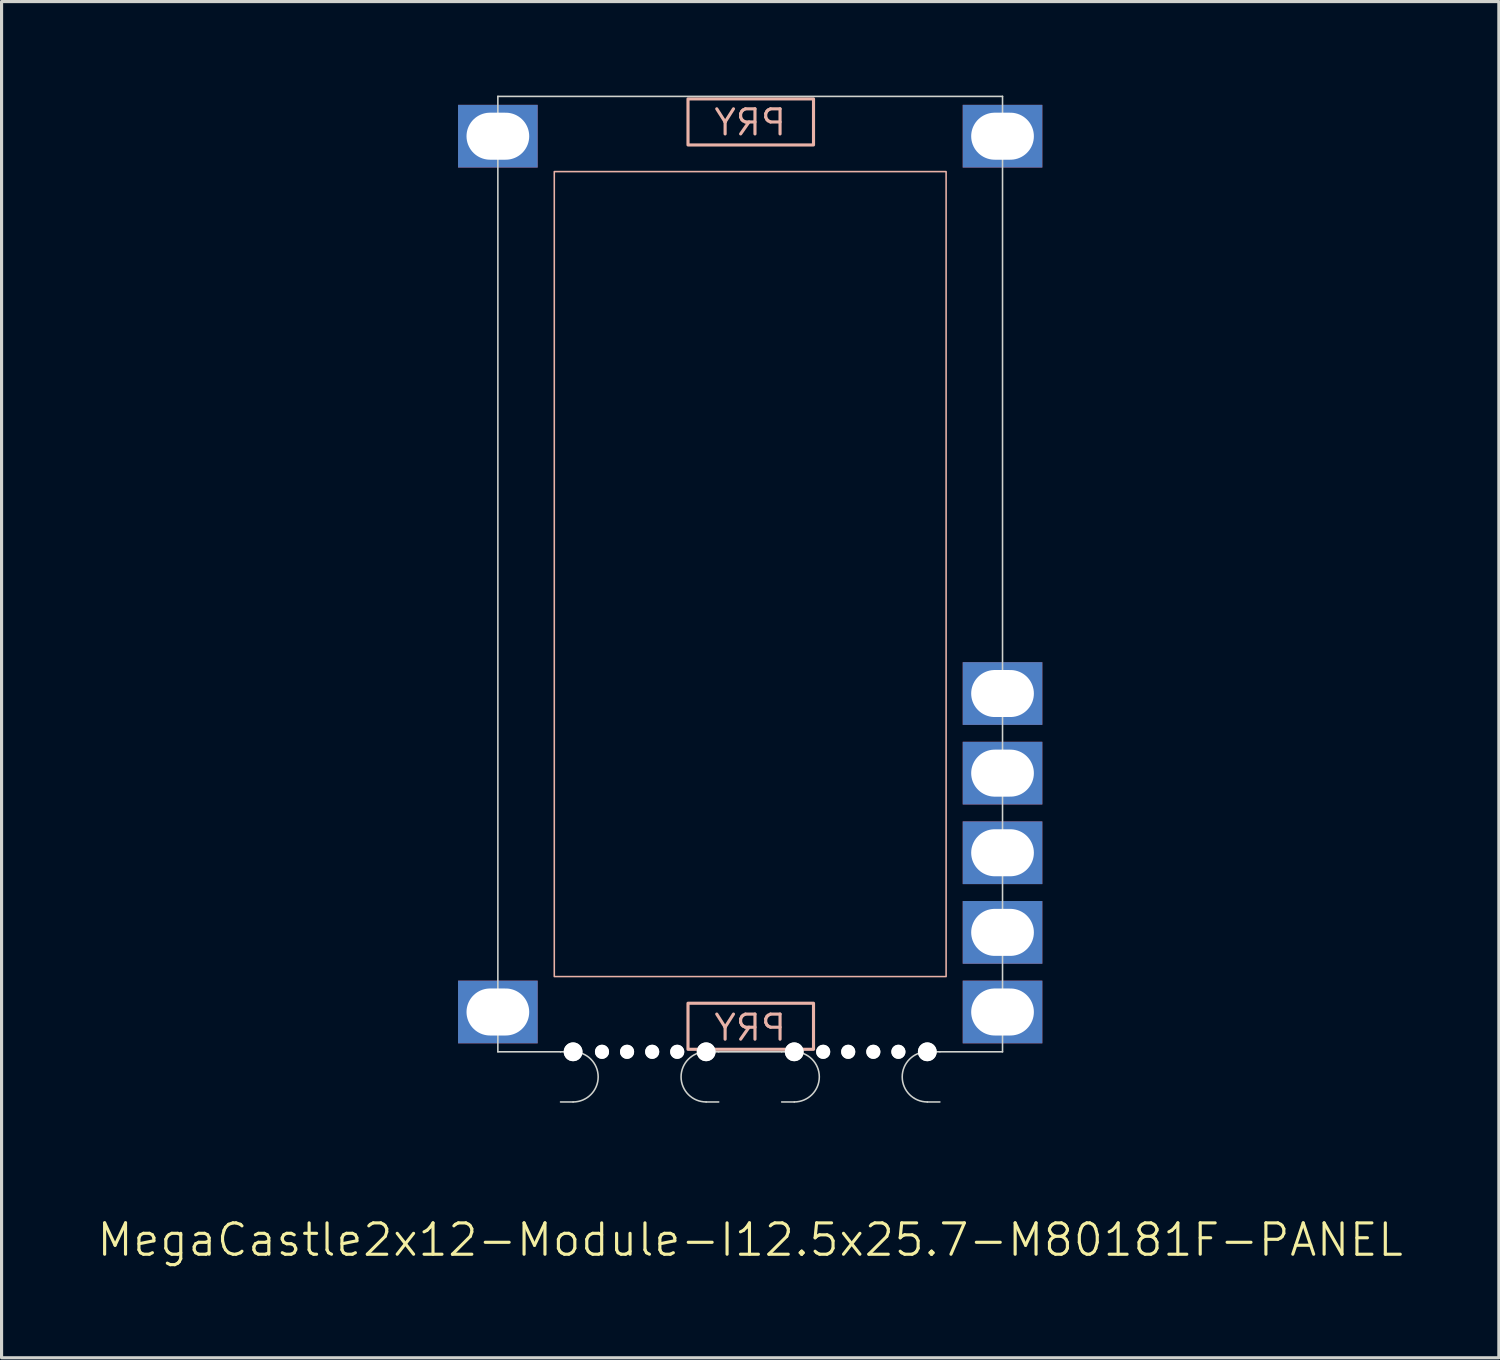
<source format=kicad_pcb>
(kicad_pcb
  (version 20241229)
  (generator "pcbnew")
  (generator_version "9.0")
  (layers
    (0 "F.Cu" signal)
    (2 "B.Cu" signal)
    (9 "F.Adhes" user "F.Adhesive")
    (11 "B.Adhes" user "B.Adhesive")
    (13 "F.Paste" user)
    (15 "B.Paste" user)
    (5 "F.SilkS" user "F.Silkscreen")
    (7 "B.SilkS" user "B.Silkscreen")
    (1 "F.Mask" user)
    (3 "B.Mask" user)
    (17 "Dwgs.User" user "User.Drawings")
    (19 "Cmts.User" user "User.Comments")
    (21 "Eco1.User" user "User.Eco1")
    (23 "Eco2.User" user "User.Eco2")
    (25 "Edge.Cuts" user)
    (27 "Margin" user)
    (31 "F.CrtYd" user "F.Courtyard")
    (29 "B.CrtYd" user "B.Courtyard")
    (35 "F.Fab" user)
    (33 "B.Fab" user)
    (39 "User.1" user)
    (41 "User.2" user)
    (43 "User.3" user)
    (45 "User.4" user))
  (footprint "MegaCastle2x12-Module-I12.5x25.7-M80181F-PANEL"
    (layer "F.Cu")
    (at 20.883 15.265)
    (property "Reference" "MegaCastle2x12-Module-I12.5x25.7-M80181F-PANEL" (at 0 21.24 0) (unlocked yes) (layer "F.SilkS") (effects (font (size 1 1) (thickness 0.1))))
    (attr smd)
    (fp_rect (start -6.25 12.84) (end 6.25 -12.84) (stroke (width 0.05) (type default)) (fill no) (layer "B.SilkS"))
    (fp_rect (start -1.984 -13.691) (end 2.02 -15.16) (stroke (width 0.1) (type default)) (fill no) (layer "B.SilkS"))
    (fp_rect (start -1.984 13.691) (end 2.02 15.16) (stroke (width 0.1) (type default)) (fill no) (layer "B.SilkS"))
    (fp_line (start -8.05 -15.24) (end -8.05 15.24) (stroke (width 0.05) (type default)) (layer "Edge.Cuts"))
    (fp_line (start -8.05 -15.24) (end 8.05 -15.24) (stroke (width 0.05) (type default)) (layer "Edge.Cuts"))
    (fp_line (start -8.05 15.24) (end -6.05 15.24) (stroke (width 0.05) (type default)) (layer "Edge.Cuts"))
    (fp_line (start -6.05 15.24) (end -5.65 15.24) (stroke (width 0.05) (type default)) (layer "Edge.Cuts"))
    (fp_line (start -6.05 16.84) (end -5.65 16.84) (stroke (width 0.05) (type default)) (layer "Edge.Cuts"))
    (fp_line (start -1.005 15.24) (end -1.405 15.24) (stroke (width 0.05) (type default)) (layer "Edge.Cuts"))
    (fp_line (start -1.005 15.24) (end 1.005 15.24) (stroke (width 0.05) (type default)) (layer "Edge.Cuts"))
    (fp_line (start -1.005 16.84) (end -1.405 16.84) (stroke (width 0.05) (type default)) (layer "Edge.Cuts"))
    (fp_line (start 1.005 15.24) (end 1.405 15.24) (stroke (width 0.05) (type default)) (layer "Edge.Cuts"))
    (fp_line (start 1.005 16.84) (end 1.405 16.84) (stroke (width 0.05) (type default)) (layer "Edge.Cuts"))
    (fp_line (start 6.05 15.24) (end 5.65 15.24) (stroke (width 0.05) (type default)) (layer "Edge.Cuts"))
    (fp_line (start 6.05 15.24) (end 8.05 15.24) (stroke (width 0.05) (type default)) (layer "Edge.Cuts"))
    (fp_line (start 6.05 16.84) (end 5.65 16.84) (stroke (width 0.05) (type default)) (layer "Edge.Cuts"))
    (fp_line (start 8.05 -15.24) (end 8.05 15.24) (stroke (width 0.05) (type default)) (layer "Edge.Cuts"))
    (fp_arc (start -5.65 15.24) (mid -4.85 16.040001) (end -5.65 16.84) (stroke (width 0.05) (type default)) (layer "Edge.Cuts"))
    (fp_arc (start -1.405 16.84) (mid -2.205 16.04) (end -1.405 15.24) (stroke (width 0.05) (type default)) (layer "Edge.Cuts"))
    (fp_arc (start 1.405 15.24) (mid 2.205 16.040001) (end 1.405 16.84) (stroke (width 0.05) (type default)) (layer "Edge.Cuts"))
    (fp_arc (start 5.650001 16.84) (mid 4.85 16.04) (end 5.650001 15.24) (stroke (width 0.05) (type default)) (layer "Edge.Cuts"))
    (fp_text user "PRY" (at 0 14.94 0) (unlocked yes) (layer "B.SilkS") (effects (font (size 0.8 0.8) (thickness 0.1)) (justify bottom mirror)))
    (fp_text user "PRY" (at 0 -13.94 0) (unlocked yes) (layer "B.SilkS") (effects (font (size 0.8 0.8) (thickness 0.1)) (justify bottom mirror)))
    (pad "" np_thru_hole circle (at -5.65 15.24) (size 0.6 0.6) (drill 0.6) (layers "*.Cu" "Edge.Cuts"))
    (pad "" np_thru_hole circle (at -4.728 15.24) (size 0.45 0.45) (drill 0.45) (layers "*.Cu" "Edge.Cuts"))
    (pad "" np_thru_hole circle (at -3.928 15.24) (size 0.45 0.45) (drill 0.45) (layers "*.Cu" "Edge.Cuts"))
    (pad "" np_thru_hole circle (at -3.127 15.24) (size 0.45 0.45) (drill 0.45) (layers "*.Cu" "Edge.Cuts"))
    (pad "" np_thru_hole circle (at -2.328 15.24) (size 0.45 0.45) (drill 0.45) (layers "*.Cu" "Edge.Cuts"))
    (pad "" np_thru_hole circle (at -1.405 15.24) (size 0.6 0.6) (drill 0.6) (layers "*.Cu" "Edge.Cuts"))
    (pad "" np_thru_hole circle (at 1.405 15.24) (size 0.6 0.6) (drill 0.6) (layers "*.Cu" "Edge.Cuts"))
    (pad "" np_thru_hole circle (at 2.328 15.24) (size 0.45 0.45) (drill 0.45) (layers "*.Cu" "Edge.Cuts"))
    (pad "" np_thru_hole circle (at 3.127 15.24) (size 0.45 0.45) (drill 0.45) (layers "*.Cu" "Edge.Cuts"))
    (pad "" np_thru_hole circle (at 3.928 15.24) (size 0.45 0.45) (drill 0.45) (layers "*.Cu" "Edge.Cuts"))
    (pad "" np_thru_hole circle (at 4.728 15.24) (size 0.45 0.45) (drill 0.45) (layers "*.Cu" "Edge.Cuts"))
    (pad "" np_thru_hole circle (at 5.65 15.24) (size 0.6 0.6) (drill 0.6) (layers "*.Cu" "Edge.Cuts"))
    (pad "1" thru_hole rect (at -8.05 -13.97) (size 2.54 2) (drill oval 2 1.5) (property pad_prop_castellated) (layers "*.Cu" "*.Mask"))
    (pad "12" thru_hole rect (at -8.05 13.97) (size 2.54 2) (drill oval 2 1.5) (property pad_prop_castellated) (layers "*.Cu" "*.Mask"))
    (pad "13" thru_hole rect (at 8.05 -13.97) (size 2.54 2) (drill oval 2 1.5) (property pad_prop_castellated) (layers "*.Cu" "*.Mask"))
    (pad "20" thru_hole rect (at 8.05 3.81) (size 2.54 2) (drill oval 2 1.5) (property pad_prop_castellated) (layers "*.Cu" "*.Mask"))
    (pad "21" thru_hole rect (at 8.05 6.35) (size 2.54 2) (drill oval 2 1.5) (property pad_prop_castellated) (layers "*.Cu" "*.Mask"))
    (pad "22" thru_hole rect (at 8.05 8.89) (size 2.54 2) (drill oval 2 1.5) (property pad_prop_castellated) (layers "*.Cu" "*.Mask"))
    (pad "23" thru_hole rect (at 8.05 11.43) (size 2.54 2) (drill oval 2 1.5) (property pad_prop_castellated) (layers "*.Cu" "*.Mask"))
    (pad "24" thru_hole rect (at 8.05 13.97) (size 2.54 2) (drill oval 2 1.5) (property pad_prop_castellated) (layers "*.Cu" "*.Mask"))
    (zone (net_name "") (layer "B.Cu") (hatch edge 0.5) (connect_pads) (min_thickness 0.25) (filled_areas_thickness no) (keepout (tracks allowed) (vias allowed) (pads allowed) (copperpour allowed) (footprints not_allowed)) (placement (enabled no)) (fill) (polygon (pts (xy 12.833 30.505) (xy 12.833 0.025) (xy 14.633 0.025) (xy 14.633 30.505))))
    (zone (net_name "") (layer "B.Cu") (hatch edge 0.5) (connect_pads) (min_thickness 0.25) (filled_areas_thickness no) (keepout (tracks allowed) (vias allowed) (pads allowed) (copperpour allowed) (footprints not_allowed)) (placement (enabled no)) (fill) (polygon (pts (xy 14.633 0.025) (xy 14.633 2.425) (xy 27.133 2.425) (xy 27.133 0.025))))
    (zone (net_name "") (layer "B.Cu") (hatch edge 0.5) (connect_pads) (min_thickness 0.25) (filled_areas_thickness no) (keepout (tracks allowed) (vias allowed) (pads allowed) (copperpour allowed) (footprints not_allowed)) (placement (enabled no)) (fill) (polygon (pts (xy 14.633 30.505) (xy 14.633 28.105) (xy 27.133 28.105) (xy 27.133 30.505))))
    (zone (net_name "") (layer "B.Cu") (name "Upper Pry Zone") (hatch edge 0.5) (connect_pads) (min_thickness 0.25) (filled_areas_thickness no) (keepout (tracks not_allowed) (vias not_allowed) (pads not_allowed) (copperpour allowed) (footprints not_allowed)) (placement (enabled no)) (fill) (polygon (pts (xy 18.899 1.574) (xy 18.899 0.105) (xy 22.903 0.105) (xy 22.903 1.574))))
    (zone (net_name "") (layer "B.Cu") (name "Upper Pry Zone") (hatch edge 0.5) (connect_pads) (min_thickness 0.25) (filled_areas_thickness no) (keepout (tracks not_allowed) (vias not_allowed) (pads not_allowed) (copperpour allowed) (footprints not_allowed)) (placement (enabled no)) (fill) (polygon (pts (xy 18.899 28.956) (xy 18.899 30.425) (xy 22.903 30.425) (xy 22.903 28.956))))
    (zone (net_name "") (layer "B.Cu") (hatch edge 0.5) (connect_pads) (min_thickness 0.25) (filled_areas_thickness no) (keepout (tracks allowed) (vias allowed) (pads allowed) (copperpour allowed) (footprints not_allowed)) (placement (enabled no)) (fill) (polygon (pts (xy 28.933 30.505) (xy 28.933 0.025) (xy 27.133 0.025) (xy 27.133 30.505)))))
  (gr_rect
    (start -3 -3)
    (end 44.767 40.266)
    (stroke (width 0.1) (type default))
    (fill no)
    (layer "Edge.Cuts")))
</source>
